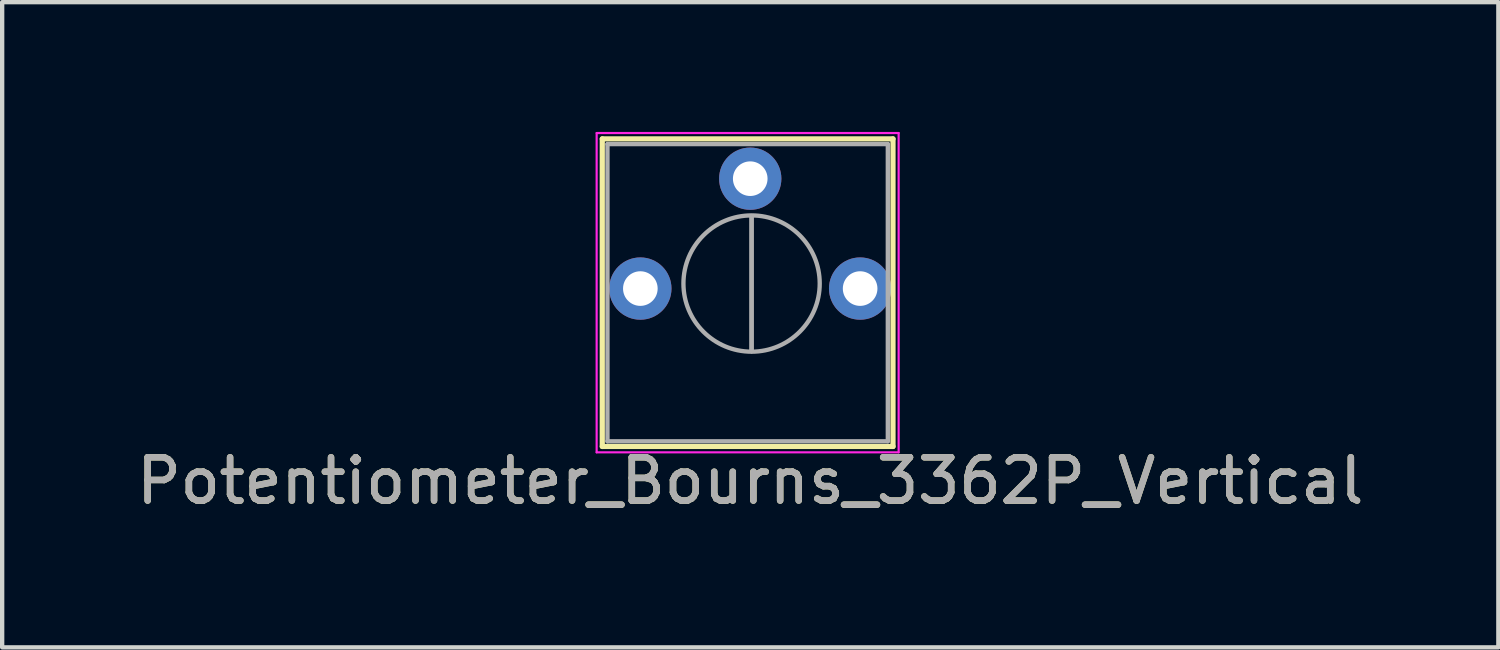
<source format=kicad_pcb>
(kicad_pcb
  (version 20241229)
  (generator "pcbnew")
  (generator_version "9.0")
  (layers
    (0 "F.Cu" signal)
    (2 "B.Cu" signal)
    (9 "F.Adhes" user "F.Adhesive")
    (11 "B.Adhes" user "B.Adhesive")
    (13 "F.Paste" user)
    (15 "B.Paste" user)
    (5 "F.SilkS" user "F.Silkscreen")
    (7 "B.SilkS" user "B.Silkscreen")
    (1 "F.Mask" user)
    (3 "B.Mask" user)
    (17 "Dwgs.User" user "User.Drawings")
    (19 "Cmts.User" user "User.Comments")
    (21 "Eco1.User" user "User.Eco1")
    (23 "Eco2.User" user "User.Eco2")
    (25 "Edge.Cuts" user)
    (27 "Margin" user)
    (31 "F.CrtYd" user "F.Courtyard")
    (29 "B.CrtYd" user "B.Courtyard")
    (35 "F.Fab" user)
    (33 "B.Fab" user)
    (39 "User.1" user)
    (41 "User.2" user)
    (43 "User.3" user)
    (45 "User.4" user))
  (footprint "Potentiometer_Bourns_3362P_Vertical"
    (layer "F.Cu")
    (at 14.292 3.505)
    (property "Reference" "Potentiometer_Bourns_3362P_Vertical" (at 0 4.56 0) (unlocked yes) (layer "F.SilkS") (effects (font (size 1 1) (thickness 0.15))))
    (attr through_hole)
    (fp_line (start -3.421 -3.345) (end -3.421 3.765) (stroke (width 0.12) (type solid)) (layer "F.SilkS"))
    (fp_line (start -3.421 -3.345) (end 3.299 -3.345) (stroke (width 0.12) (type solid)) (layer "F.SilkS"))
    (fp_line (start -3.421 3.765) (end 3.299 3.765) (stroke (width 0.12) (type solid)) (layer "F.SilkS"))
    (fp_line (start 3.299 -3.345) (end 3.299 3.765) (stroke (width 0.12) (type solid)) (layer "F.SilkS"))
    (fp_line (start -3.551 -3.48) (end -3.551 3.9) (stroke (width 0.05) (type solid)) (layer "F.CrtYd"))
    (fp_line (start -3.551 3.9) (end 3.429 3.9) (stroke (width 0.05) (type solid)) (layer "F.CrtYd"))
    (fp_line (start 3.429 -3.48) (end -3.551 -3.48) (stroke (width 0.05) (type solid)) (layer "F.CrtYd"))
    (fp_line (start 3.429 3.9) (end 3.429 -3.48) (stroke (width 0.05) (type solid)) (layer "F.CrtYd"))
    (fp_line (start -3.301 -3.225) (end -3.301 3.645) (stroke (width 0.1) (type solid)) (layer "F.Fab"))
    (fp_line (start -3.301 3.645) (end 3.179 3.645) (stroke (width 0.1) (type solid)) (layer "F.Fab"))
    (fp_line (start 0.03 1.56) (end 0.03 -1.56) (stroke (width 0.1) (type solid)) (layer "F.Fab"))
    (fp_line (start 0.03 1.56) (end 0.03 -1.56) (stroke (width 0.1) (type solid)) (layer "F.Fab"))
    (fp_line (start 3.179 -3.225) (end -3.301 -3.225) (stroke (width 0.1) (type solid)) (layer "F.Fab"))
    (fp_line (start 3.179 3.645) (end 3.179 -3.225) (stroke (width 0.1) (type solid)) (layer "F.Fab"))
    (fp_circle (center 0.03 -0.001) (end 1.605 -0.001) (stroke (width 0.1) (type solid)) (fill no) (layer "F.Fab"))
    (fp_text user "${REFERENCE}" (at 0 4.56 180) (layer "F.Fab") (effects (font (size 1 1) (thickness 0.15))))
    (pad "1" thru_hole circle (at -2.541 0.115) (size 1.44 1.44) (drill 0.8) (layers "*.Cu" "*.Mask"))
    (pad "2" thru_hole circle (at -0.001 -2.425) (size 1.44 1.44) (drill 0.8) (layers "*.Cu" "*.Mask"))
    (pad "3" thru_hole circle (at 2.539 0.115) (size 1.44 1.44) (drill 0.8) (layers "*.Cu" "*.Mask")))
  (gr_rect
    (start -3 -3)
    (end 31.583 11.913)
    (stroke (width 0.1) (type default))
    (fill no)
    (layer "Edge.Cuts")))
</source>
